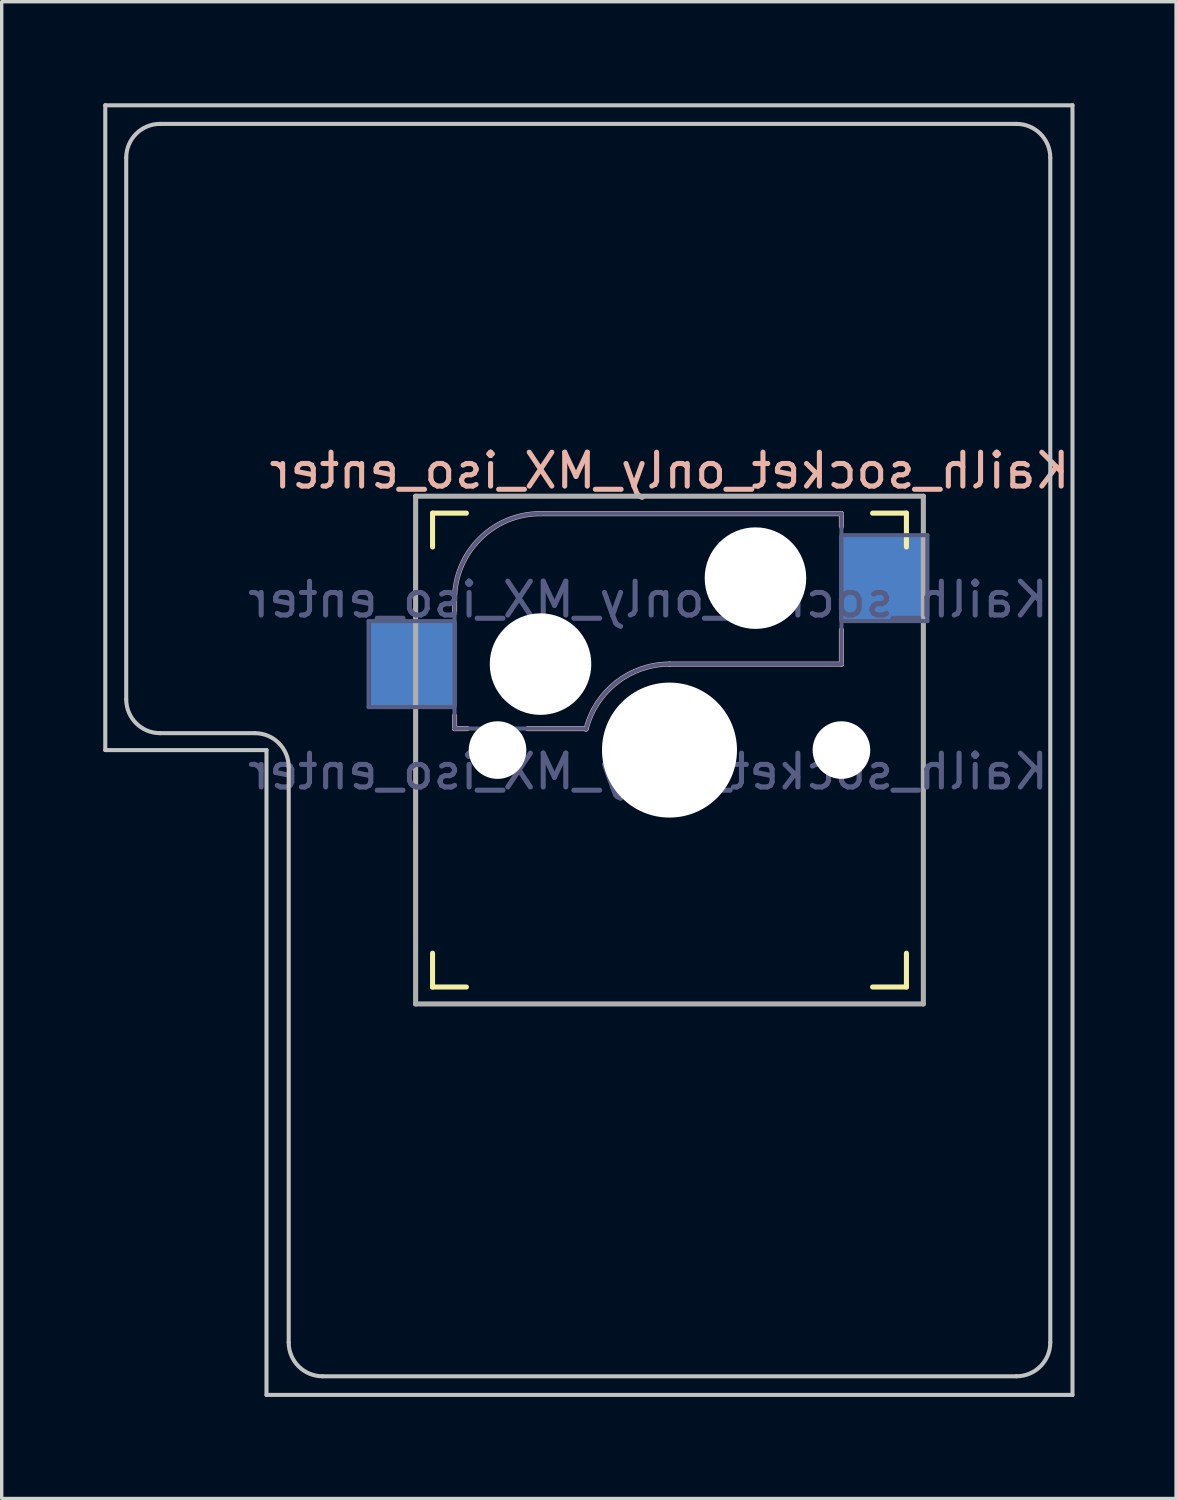
<source format=kicad_pcb>
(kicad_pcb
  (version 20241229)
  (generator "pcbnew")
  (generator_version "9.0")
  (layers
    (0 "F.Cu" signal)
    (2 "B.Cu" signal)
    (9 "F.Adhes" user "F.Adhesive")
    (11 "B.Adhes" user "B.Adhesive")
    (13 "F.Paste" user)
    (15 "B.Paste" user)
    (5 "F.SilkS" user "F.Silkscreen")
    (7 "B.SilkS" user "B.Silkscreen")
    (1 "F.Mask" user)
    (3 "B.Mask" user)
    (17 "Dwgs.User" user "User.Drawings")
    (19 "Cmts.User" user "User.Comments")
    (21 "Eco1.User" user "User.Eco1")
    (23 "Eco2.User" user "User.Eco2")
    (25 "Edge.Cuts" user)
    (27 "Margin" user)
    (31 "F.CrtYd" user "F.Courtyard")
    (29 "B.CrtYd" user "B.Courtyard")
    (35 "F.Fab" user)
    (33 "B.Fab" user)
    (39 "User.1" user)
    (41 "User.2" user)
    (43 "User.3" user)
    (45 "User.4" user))
  (footprint "Kailh_socket_only_MX_iso_enter"
    (layer "F.Cu")
    (at 16.729 19.11)
    (property "Reference" "Kailh_socket_only_MX_iso_enter" (at 0 -8.255 0) (layer "B.SilkS") (effects (font (size 1 1) (thickness 0.15)) (justify mirror)))
    (property "Value" "Kailh_socket_only_MX_iso_enter" (at 0 8.255 0) (layer "F.Fab") (hide yes) (effects (font (size 1 1) (thickness 0.15))))
    (attr smd)
    (fp_line (start -7 -6) (end -7 -7) (stroke (width 0.15) (type solid)) (layer "F.SilkS"))
    (fp_line (start -7 7) (end -7 6) (stroke (width 0.15) (type solid)) (layer "F.SilkS"))
    (fp_line (start -7 7) (end -6 7) (stroke (width 0.15) (type solid)) (layer "F.SilkS"))
    (fp_line (start -6 -7) (end -7 -7) (stroke (width 0.15) (type solid)) (layer "F.SilkS"))
    (fp_line (start 6 7) (end 7 7) (stroke (width 0.15) (type solid)) (layer "F.SilkS"))
    (fp_line (start 7 -7) (end 6 -7) (stroke (width 0.15) (type solid)) (layer "F.SilkS"))
    (fp_line (start 7 -7) (end 7 -6) (stroke (width 0.15) (type solid)) (layer "F.SilkS"))
    (fp_line (start 7 6) (end 7 7) (stroke (width 0.15) (type solid)) (layer "F.SilkS"))
    (fp_line (start -6.35 -4.445) (end -6.35 -4.064) (stroke (width 0.15) (type solid)) (layer "B.SilkS"))
    (fp_line (start -6.35 -1.016) (end -6.35 -0.635) (stroke (width 0.15) (type solid)) (layer "B.SilkS"))
    (fp_line (start -5.969 -0.635) (end -6.35 -0.635) (stroke (width 0.15) (type solid)) (layer "B.SilkS"))
    (fp_line (start -3.81 -6.985) (end 5.08 -6.985) (stroke (width 0.15) (type solid)) (layer "B.SilkS"))
    (fp_line (start -2.464 -0.635) (end -4.191 -0.635) (stroke (width 0.15) (type solid)) (layer "B.SilkS"))
    (fp_line (start 5.08 -6.985) (end 5.08 -6.604) (stroke (width 0.15) (type solid)) (layer "B.SilkS"))
    (fp_line (start 5.08 -3.556) (end 5.08 -2.54) (stroke (width 0.15) (type solid)) (layer "B.SilkS"))
    (fp_line (start 5.08 -2.54) (end 0 -2.54) (stroke (width 0.15) (type solid)) (layer "B.SilkS"))
    (fp_arc (start -6.35 -4.445) (mid -5.606051 -6.241051) (end -3.81 -6.985) (stroke (width 0.15) (type solid)) (layer "B.SilkS"))
    (fp_arc (start -2.464162 -0.61604) (mid -1.563147 -2.002042) (end 0 -2.54) (stroke (width 0.15) (type solid)) (layer "B.SilkS"))
    (fp_line (start -16.669 -19.05) (end 11.906 -19.05) (stroke (width 0.12) (type solid)) (layer "Dwgs.User"))
    (fp_line (start -16.669 0) (end -16.669 -19.05) (stroke (width 0.12) (type solid)) (layer "Dwgs.User"))
    (fp_line (start -16.669 0) (end -11.906 0) (stroke (width 0.12) (type solid)) (layer "Dwgs.User"))
    (fp_line (start -16.05 -1.5) (end -16.05 -17.5) (stroke (width 0.12) (type solid)) (layer "Dwgs.User"))
    (fp_line (start -15.05 -18.5) (end 10.25 -18.5) (stroke (width 0.12) (type solid)) (layer "Dwgs.User"))
    (fp_line (start -15.05 -0.5) (end -12.25 -0.5) (stroke (width 0.12) (type solid)) (layer "Dwgs.User"))
    (fp_line (start -11.906 19.05) (end -11.906 0) (stroke (width 0.12) (type solid)) (layer "Dwgs.User"))
    (fp_line (start -11.25 17.5) (end -11.25 0.5) (stroke (width 0.12) (type solid)) (layer "Dwgs.User"))
    (fp_line (start -10.25 18.5) (end 10.25 18.5) (stroke (width 0.12) (type solid)) (layer "Dwgs.User"))
    (fp_line (start 11.25 17.5) (end 11.25 -17.5) (stroke (width 0.12) (type solid)) (layer "Dwgs.User"))
    (fp_line (start 11.906 -19.05) (end 11.906 19.05) (stroke (width 0.12) (type solid)) (layer "Dwgs.User"))
    (fp_line (start 11.906 19.05) (end -11.906 19.05) (stroke (width 0.12) (type solid)) (layer "Dwgs.User"))
    (fp_arc (start -16.05 -17.5) (mid -15.757107 -18.207107) (end -15.05 -18.5) (stroke (width 0.12) (type solid)) (layer "Dwgs.User"))
    (fp_arc (start -15.05 -0.5) (mid -15.757107 -0.792893) (end -16.05 -1.5) (stroke (width 0.12) (type solid)) (layer "Dwgs.User"))
    (fp_arc (start -12.25 -0.5) (mid -11.542893 -0.207107) (end -11.25 0.5) (stroke (width 0.12) (type solid)) (layer "Dwgs.User"))
    (fp_arc (start -10.25 18.5) (mid -10.957107 18.207107) (end -11.25 17.5) (stroke (width 0.12) (type solid)) (layer "Dwgs.User"))
    (fp_arc (start 10.25 -18.5) (mid 10.957107 -18.207107) (end 11.25 -17.5) (stroke (width 0.12) (type solid)) (layer "Dwgs.User"))
    (fp_arc (start 11.25 17.5) (mid 10.957107 18.207107) (end 10.25 18.5) (stroke (width 0.12) (type solid)) (layer "Dwgs.User"))
    (fp_line (start -6.9 6.9) (end -6.9 -6.9) (stroke (width 0.15) (type solid)) (layer "Eco2.User"))
    (fp_line (start -6.9 6.9) (end 6.9 6.9) (stroke (width 0.15) (type solid)) (layer "Eco2.User"))
    (fp_line (start 6.9 -6.9) (end -6.9 -6.9) (stroke (width 0.15) (type solid)) (layer "Eco2.User"))
    (fp_line (start 6.9 -6.9) (end 6.9 6.9) (stroke (width 0.15) (type solid)) (layer "Eco2.User"))
    (fp_line (start -8.89 -3.81) (end -6.35 -3.81) (stroke (width 0.12) (type solid)) (layer "B.Fab"))
    (fp_line (start -8.89 -1.27) (end -8.89 -3.81) (stroke (width 0.12) (type solid)) (layer "B.Fab"))
    (fp_line (start -6.35 -1.27) (end -8.89 -1.27) (stroke (width 0.12) (type solid)) (layer "B.Fab"))
    (fp_line (start -6.35 -0.635) (end -6.35 -4.445) (stroke (width 0.12) (type solid)) (layer "B.Fab"))
    (fp_line (start -6.35 -0.635) (end -2.54 -0.635) (stroke (width 0.12) (type solid)) (layer "B.Fab"))
    (fp_line (start -3.81 -6.985) (end 5.08 -6.985) (stroke (width 0.12) (type solid)) (layer "B.Fab"))
    (fp_line (start 5.08 -6.985) (end 5.08 -2.54) (stroke (width 0.12) (type solid)) (layer "B.Fab"))
    (fp_line (start 5.08 -6.35) (end 7.62 -6.35) (stroke (width 0.12) (type solid)) (layer "B.Fab"))
    (fp_line (start 5.08 -2.54) (end 0 -2.54) (stroke (width 0.12) (type solid)) (layer "B.Fab"))
    (fp_line (start 7.62 -6.35) (end 7.62 -3.81) (stroke (width 0.12) (type solid)) (layer "B.Fab"))
    (fp_line (start 7.62 -3.81) (end 5.08 -3.81) (stroke (width 0.12) (type solid)) (layer "B.Fab"))
    (fp_arc (start -6.35 -4.445) (mid -5.606051 -6.241051) (end -3.81 -6.985) (stroke (width 0.12) (type solid)) (layer "B.Fab"))
    (fp_arc (start -2.464162 -0.61604) (mid -1.563147 -2.002042) (end 0 -2.54) (stroke (width 0.12) (type solid)) (layer "B.Fab"))
    (fp_line (start -7.5 -7.5) (end 7.5 -7.5) (stroke (width 0.15) (type solid)) (layer "F.Fab"))
    (fp_line (start -7.5 7.5) (end -7.5 -7.5) (stroke (width 0.15) (type solid)) (layer "F.Fab"))
    (fp_line (start 7.5 -7.5) (end 7.5 7.5) (stroke (width 0.15) (type solid)) (layer "F.Fab"))
    (fp_line (start 7.5 7.5) (end -7.5 7.5) (stroke (width 0.15) (type solid)) (layer "F.Fab"))
    (fp_text user "${REFERENCE}" (at -0.635 -4.445 0) (layer "B.Fab") (effects (font (size 1 1) (thickness 0.15)) (justify mirror)))
    (fp_text user "${VALUE}" (at -0.635 0.635 0) (layer "B.Fab") (effects (font (size 1 1) (thickness 0.15)) (justify mirror)))
    (pad "" np_thru_hole circle (at -5.08 0) (size 1.702 1.702) (drill 1.702) (layers "*.Cu" "*.Mask"))
    (pad "" np_thru_hole circle (at -3.81 -2.54) (size 3 3) (drill 3) (layers "*.Cu" "*.Mask"))
    (pad "" np_thru_hole circle (at 0 0) (size 3.988 3.988) (drill 3.988) (layers "*.Cu" "*.Mask"))
    (pad "" np_thru_hole circle (at 2.54 -5.08) (size 3 3) (drill 3) (layers "*.Cu" "*.Mask"))
    (pad "" np_thru_hole circle (at 5.08 0) (size 1.702 1.702) (drill 1.702) (layers "*.Cu" "*.Mask"))
    (pad "1" smd rect (at 6.29 -5.08) (size 2.55 2.5) (layers "B.Cu" "B.Mask" "B.Paste"))
    (pad "2" smd rect (at -7.56 -2.54) (size 2.55 2.5) (layers "B.Cu" "B.Mask" "B.Paste")))
  (gr_rect
    (start -3 -3)
    (end 31.695 41.22)
    (stroke (width 0.1) (type default))
    (fill no)
    (layer "Edge.Cuts")))
</source>
